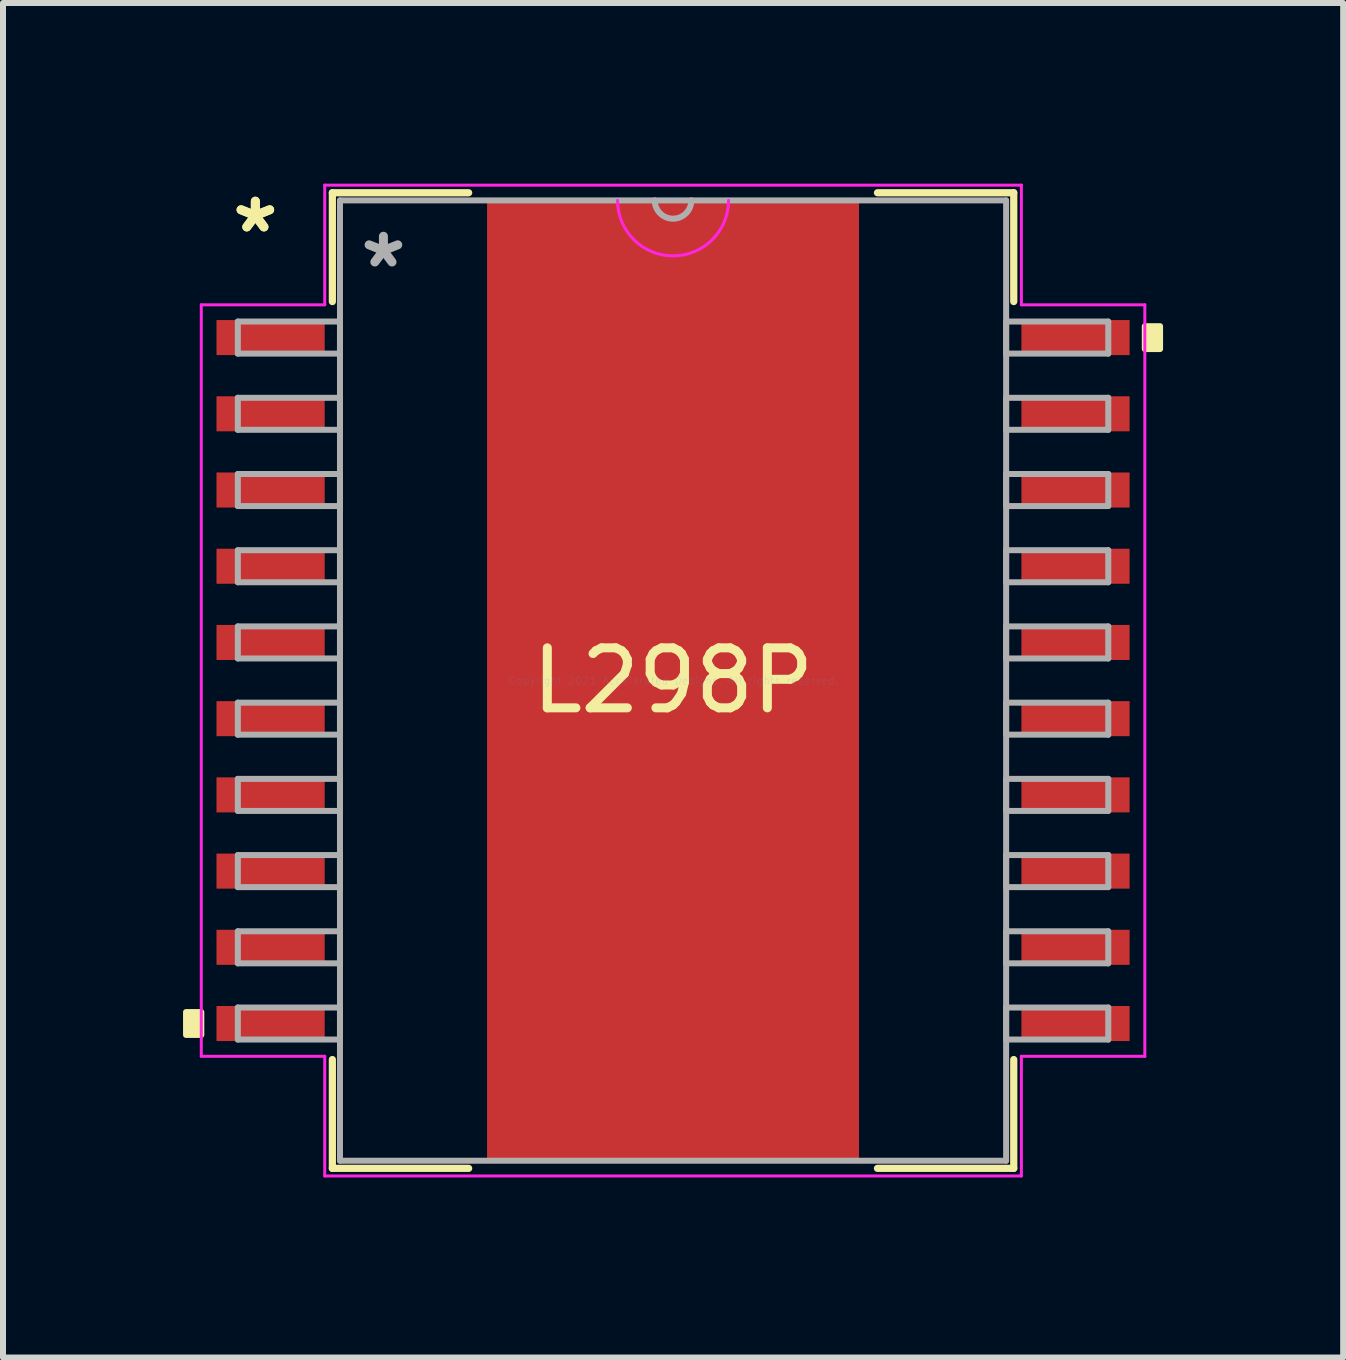
<source format=kicad_pcb>
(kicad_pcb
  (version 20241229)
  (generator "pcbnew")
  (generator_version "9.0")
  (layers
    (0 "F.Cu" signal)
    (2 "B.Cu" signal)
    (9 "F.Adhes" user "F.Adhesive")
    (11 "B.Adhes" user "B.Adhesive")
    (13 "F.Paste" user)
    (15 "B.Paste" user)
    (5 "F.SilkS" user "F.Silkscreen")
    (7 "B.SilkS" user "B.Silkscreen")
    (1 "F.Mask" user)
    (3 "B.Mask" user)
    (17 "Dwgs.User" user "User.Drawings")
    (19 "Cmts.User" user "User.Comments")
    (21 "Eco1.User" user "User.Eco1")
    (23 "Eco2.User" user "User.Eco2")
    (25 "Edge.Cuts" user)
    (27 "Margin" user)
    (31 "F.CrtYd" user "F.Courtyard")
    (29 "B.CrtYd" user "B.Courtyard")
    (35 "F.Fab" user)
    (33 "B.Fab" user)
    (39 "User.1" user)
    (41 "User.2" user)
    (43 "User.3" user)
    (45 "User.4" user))
  (footprint "L298P"
    (layer "F.Cu")
    (at 8.165 8.29)
    (property "Reference" "L298P" (at 0 0 0) (layer "F.SilkS") (effects (font (size 1 1) (thickness 0.15))))
    (attr through_hole)
    (fp_line (start -5.677 -8.128) (end -5.677 -6.315) (stroke (width 0.12) (type solid)) (layer "F.SilkS"))
    (fp_line (start -5.677 6.315) (end -5.677 8.128) (stroke (width 0.12) (type solid)) (layer "F.SilkS"))
    (fp_line (start -5.677 8.128) (end -3.406 8.128) (stroke (width 0.12) (type solid)) (layer "F.SilkS"))
    (fp_line (start -3.406 -8.128) (end -5.677 -8.128) (stroke (width 0.12) (type solid)) (layer "F.SilkS"))
    (fp_line (start 3.406 8.128) (end 5.677 8.128) (stroke (width 0.12) (type solid)) (layer "F.SilkS"))
    (fp_line (start 5.677 -8.128) (end 3.406 -8.128) (stroke (width 0.12) (type solid)) (layer "F.SilkS"))
    (fp_line (start 5.677 -6.315) (end 5.677 -8.128) (stroke (width 0.12) (type solid)) (layer "F.SilkS"))
    (fp_line (start 5.677 8.128) (end 5.677 6.315) (stroke (width 0.12) (type solid)) (layer "F.SilkS"))
    (fp_poly (pts (xy -8.115 5.524) (xy -8.115 5.905) (xy -7.861 5.905) (xy -7.861 5.524)) (stroke (width 0.1) (type solid)) (fill yes) (layer "F.SilkS"))
    (fp_poly (pts (xy 8.115 -5.905) (xy 8.115 -5.524) (xy 7.861 -5.524) (xy 7.861 -5.905)) (stroke (width 0.1) (type solid)) (fill yes) (layer "F.SilkS"))
    (fp_poly (pts (xy -2.999 -7.901) (xy -2.999 -6.768) (xy -1.649 -6.768) (xy -1.649 -7.901)) (stroke (width 0.1) (type solid)) (fill yes) (layer "F.Paste"))
    (fp_poly (pts (xy -2.999 -6.567) (xy -2.999 -5.434) (xy -1.649 -5.434) (xy -1.649 -6.567)) (stroke (width 0.1) (type solid)) (fill yes) (layer "F.Paste"))
    (fp_poly (pts (xy -2.999 -5.234) (xy -2.999 -4.101) (xy -1.649 -4.101) (xy -1.649 -5.234)) (stroke (width 0.1) (type solid)) (fill yes) (layer "F.Paste"))
    (fp_poly (pts (xy -2.999 -3.901) (xy -2.999 -2.767) (xy -1.649 -2.767) (xy -1.649 -3.901)) (stroke (width 0.1) (type solid)) (fill yes) (layer "F.Paste"))
    (fp_poly (pts (xy -2.999 -2.567) (xy -2.999 -1.433) (xy -1.649 -1.433) (xy -1.649 -2.567)) (stroke (width 0.1) (type solid)) (fill yes) (layer "F.Paste"))
    (fp_poly (pts (xy -2.999 -1.234) (xy -2.999 -0.1) (xy -1.649 -0.1) (xy -1.649 -1.234)) (stroke (width 0.1) (type solid)) (fill yes) (layer "F.Paste"))
    (fp_poly (pts (xy -2.999 0.1) (xy -2.999 1.234) (xy -1.649 1.234) (xy -1.649 0.1)) (stroke (width 0.1) (type solid)) (fill yes) (layer "F.Paste"))
    (fp_poly (pts (xy -2.999 1.433) (xy -2.999 2.567) (xy -1.649 2.567) (xy -1.649 1.433)) (stroke (width 0.1) (type solid)) (fill yes) (layer "F.Paste"))
    (fp_poly (pts (xy -2.999 2.767) (xy -2.999 3.901) (xy -1.649 3.901) (xy -1.649 2.767)) (stroke (width 0.1) (type solid)) (fill yes) (layer "F.Paste"))
    (fp_poly (pts (xy -2.999 4.101) (xy -2.999 5.234) (xy -1.649 5.234) (xy -1.649 4.101)) (stroke (width 0.1) (type solid)) (fill yes) (layer "F.Paste"))
    (fp_poly (pts (xy -2.999 5.434) (xy -2.999 6.567) (xy -1.649 6.567) (xy -1.649 5.434)) (stroke (width 0.1) (type solid)) (fill yes) (layer "F.Paste"))
    (fp_poly (pts (xy -2.999 6.768) (xy -2.999 7.901) (xy -1.649 7.901) (xy -1.649 6.768)) (stroke (width 0.1) (type solid)) (fill yes) (layer "F.Paste"))
    (fp_poly (pts (xy -1.449 -7.901) (xy -1.449 -6.768) (xy -0.1 -6.768) (xy -0.1 -7.901)) (stroke (width 0.1) (type solid)) (fill yes) (layer "F.Paste"))
    (fp_poly (pts (xy -1.449 -6.567) (xy -1.449 -5.434) (xy -0.1 -5.434) (xy -0.1 -6.567)) (stroke (width 0.1) (type solid)) (fill yes) (layer "F.Paste"))
    (fp_poly (pts (xy -1.449 -5.234) (xy -1.449 -4.101) (xy -0.1 -4.101) (xy -0.1 -5.234)) (stroke (width 0.1) (type solid)) (fill yes) (layer "F.Paste"))
    (fp_poly (pts (xy -1.449 -3.901) (xy -1.449 -2.767) (xy -0.1 -2.767) (xy -0.1 -3.901)) (stroke (width 0.1) (type solid)) (fill yes) (layer "F.Paste"))
    (fp_poly (pts (xy -1.449 -2.567) (xy -1.449 -1.433) (xy -0.1 -1.433) (xy -0.1 -2.567)) (stroke (width 0.1) (type solid)) (fill yes) (layer "F.Paste"))
    (fp_poly (pts (xy -1.449 -1.234) (xy -1.449 -0.1) (xy -0.1 -0.1) (xy -0.1 -1.234)) (stroke (width 0.1) (type solid)) (fill yes) (layer "F.Paste"))
    (fp_poly (pts (xy -1.449 0.1) (xy -1.449 1.234) (xy -0.1 1.234) (xy -0.1 0.1)) (stroke (width 0.1) (type solid)) (fill yes) (layer "F.Paste"))
    (fp_poly (pts (xy -1.449 1.433) (xy -1.449 2.567) (xy -0.1 2.567) (xy -0.1 1.433)) (stroke (width 0.1) (type solid)) (fill yes) (layer "F.Paste"))
    (fp_poly (pts (xy -1.449 2.767) (xy -1.449 3.901) (xy -0.1 3.901) (xy -0.1 2.767)) (stroke (width 0.1) (type solid)) (fill yes) (layer "F.Paste"))
    (fp_poly (pts (xy -1.449 4.101) (xy -1.449 5.234) (xy -0.1 5.234) (xy -0.1 4.101)) (stroke (width 0.1) (type solid)) (fill yes) (layer "F.Paste"))
    (fp_poly (pts (xy -1.449 5.434) (xy -1.449 6.567) (xy -0.1 6.567) (xy -0.1 5.434)) (stroke (width 0.1) (type solid)) (fill yes) (layer "F.Paste"))
    (fp_poly (pts (xy -1.449 6.768) (xy -1.449 7.901) (xy -0.1 7.901) (xy -0.1 6.768)) (stroke (width 0.1) (type solid)) (fill yes) (layer "F.Paste"))
    (fp_poly (pts (xy 0.1 -7.901) (xy 0.1 -6.768) (xy 1.449 -6.768) (xy 1.449 -7.901)) (stroke (width 0.1) (type solid)) (fill yes) (layer "F.Paste"))
    (fp_poly (pts (xy 0.1 -6.567) (xy 0.1 -5.434) (xy 1.449 -5.434) (xy 1.449 -6.567)) (stroke (width 0.1) (type solid)) (fill yes) (layer "F.Paste"))
    (fp_poly (pts (xy 0.1 -5.234) (xy 0.1 -4.101) (xy 1.449 -4.101) (xy 1.449 -5.234)) (stroke (width 0.1) (type solid)) (fill yes) (layer "F.Paste"))
    (fp_poly (pts (xy 0.1 -3.901) (xy 0.1 -2.767) (xy 1.449 -2.767) (xy 1.449 -3.901)) (stroke (width 0.1) (type solid)) (fill yes) (layer "F.Paste"))
    (fp_poly (pts (xy 0.1 -2.567) (xy 0.1 -1.433) (xy 1.449 -1.433) (xy 1.449 -2.567)) (stroke (width 0.1) (type solid)) (fill yes) (layer "F.Paste"))
    (fp_poly (pts (xy 0.1 -1.234) (xy 0.1 -0.1) (xy 1.449 -0.1) (xy 1.449 -1.234)) (stroke (width 0.1) (type solid)) (fill yes) (layer "F.Paste"))
    (fp_poly (pts (xy 0.1 0.1) (xy 0.1 1.234) (xy 1.449 1.234) (xy 1.449 0.1)) (stroke (width 0.1) (type solid)) (fill yes) (layer "F.Paste"))
    (fp_poly (pts (xy 0.1 1.433) (xy 0.1 2.567) (xy 1.449 2.567) (xy 1.449 1.433)) (stroke (width 0.1) (type solid)) (fill yes) (layer "F.Paste"))
    (fp_poly (pts (xy 0.1 2.767) (xy 0.1 3.901) (xy 1.449 3.901) (xy 1.449 2.767)) (stroke (width 0.1) (type solid)) (fill yes) (layer "F.Paste"))
    (fp_poly (pts (xy 0.1 4.101) (xy 0.1 5.234) (xy 1.449 5.234) (xy 1.449 4.101)) (stroke (width 0.1) (type solid)) (fill yes) (layer "F.Paste"))
    (fp_poly (pts (xy 0.1 5.434) (xy 0.1 6.567) (xy 1.449 6.567) (xy 1.449 5.434)) (stroke (width 0.1) (type solid)) (fill yes) (layer "F.Paste"))
    (fp_poly (pts (xy 0.1 6.768) (xy 0.1 7.901) (xy 1.449 7.901) (xy 1.449 6.768)) (stroke (width 0.1) (type solid)) (fill yes) (layer "F.Paste"))
    (fp_poly (pts (xy 1.649 -7.901) (xy 1.649 -6.768) (xy 2.999 -6.768) (xy 2.999 -7.901)) (stroke (width 0.1) (type solid)) (fill yes) (layer "F.Paste"))
    (fp_poly (pts (xy 1.649 -6.567) (xy 1.649 -5.434) (xy 2.999 -5.434) (xy 2.999 -6.567)) (stroke (width 0.1) (type solid)) (fill yes) (layer "F.Paste"))
    (fp_poly (pts (xy 1.649 -5.234) (xy 1.649 -4.101) (xy 2.999 -4.101) (xy 2.999 -5.234)) (stroke (width 0.1) (type solid)) (fill yes) (layer "F.Paste"))
    (fp_poly (pts (xy 1.649 -3.901) (xy 1.649 -2.767) (xy 2.999 -2.767) (xy 2.999 -3.901)) (stroke (width 0.1) (type solid)) (fill yes) (layer "F.Paste"))
    (fp_poly (pts (xy 1.649 -2.567) (xy 1.649 -1.433) (xy 2.999 -1.433) (xy 2.999 -2.567)) (stroke (width 0.1) (type solid)) (fill yes) (layer "F.Paste"))
    (fp_poly (pts (xy 1.649 -1.234) (xy 1.649 -0.1) (xy 2.999 -0.1) (xy 2.999 -1.234)) (stroke (width 0.1) (type solid)) (fill yes) (layer "F.Paste"))
    (fp_poly (pts (xy 1.649 0.1) (xy 1.649 1.234) (xy 2.999 1.234) (xy 2.999 0.1)) (stroke (width 0.1) (type solid)) (fill yes) (layer "F.Paste"))
    (fp_poly (pts (xy 1.649 1.433) (xy 1.649 2.567) (xy 2.999 2.567) (xy 2.999 1.433)) (stroke (width 0.1) (type solid)) (fill yes) (layer "F.Paste"))
    (fp_poly (pts (xy 1.649 2.767) (xy 1.649 3.901) (xy 2.999 3.901) (xy 2.999 2.767)) (stroke (width 0.1) (type solid)) (fill yes) (layer "F.Paste"))
    (fp_poly (pts (xy 1.649 4.101) (xy 1.649 5.234) (xy 2.999 5.234) (xy 2.999 4.101)) (stroke (width 0.1) (type solid)) (fill yes) (layer "F.Paste"))
    (fp_poly (pts (xy 1.649 5.434) (xy 1.649 6.567) (xy 2.999 6.567) (xy 2.999 5.434)) (stroke (width 0.1) (type solid)) (fill yes) (layer "F.Paste"))
    (fp_poly (pts (xy 1.649 6.768) (xy 1.649 7.901) (xy 2.999 7.901) (xy 2.999 6.768)) (stroke (width 0.1) (type solid)) (fill yes) (layer "F.Paste"))
    (fp_line (start -7.861 -6.261) (end -5.804 -6.261) (stroke (width 0.05) (type solid)) (layer "F.CrtYd"))
    (fp_line (start -7.861 6.261) (end -7.861 -6.261) (stroke (width 0.05) (type solid)) (layer "F.CrtYd"))
    (fp_line (start -5.804 -8.255) (end 5.804 -8.255) (stroke (width 0.05) (type solid)) (layer "F.CrtYd"))
    (fp_line (start -5.804 -6.261) (end -5.804 -8.255) (stroke (width 0.05) (type solid)) (layer "F.CrtYd"))
    (fp_line (start -5.804 6.261) (end -7.861 6.261) (stroke (width 0.05) (type solid)) (layer "F.CrtYd"))
    (fp_line (start -5.804 8.255) (end -5.804 6.261) (stroke (width 0.05) (type solid)) (layer "F.CrtYd"))
    (fp_line (start 5.804 -8.255) (end 5.804 -6.261) (stroke (width 0.05) (type solid)) (layer "F.CrtYd"))
    (fp_line (start 5.804 -6.261) (end 7.861 -6.261) (stroke (width 0.05) (type solid)) (layer "F.CrtYd"))
    (fp_line (start 5.804 6.261) (end 5.804 8.255) (stroke (width 0.05) (type solid)) (layer "F.CrtYd"))
    (fp_line (start 5.804 8.255) (end -5.804 8.255) (stroke (width 0.05) (type solid)) (layer "F.CrtYd"))
    (fp_line (start 7.861 -6.261) (end 7.861 6.261) (stroke (width 0.05) (type solid)) (layer "F.CrtYd"))
    (fp_line (start 7.861 6.261) (end 5.804 6.261) (stroke (width 0.05) (type solid)) (layer "F.CrtYd"))
    (fp_arc (start 0.924983 -8.001) (mid 0 -7.076017) (end -0.924983 -8.001) (stroke (width 0.05) (type solid)) (layer "F.CrtYd"))
    (fp_line (start -7.252 -5.982) (end -7.252 -5.448) (stroke (width 0.1) (type solid)) (layer "F.Fab"))
    (fp_line (start -7.252 -5.448) (end -5.55 -5.448) (stroke (width 0.1) (type solid)) (layer "F.Fab"))
    (fp_line (start -7.252 -4.712) (end -7.252 -4.178) (stroke (width 0.1) (type solid)) (layer "F.Fab"))
    (fp_line (start -7.252 -4.178) (end -5.55 -4.178) (stroke (width 0.1) (type solid)) (layer "F.Fab"))
    (fp_line (start -7.252 -3.442) (end -7.252 -2.908) (stroke (width 0.1) (type solid)) (layer "F.Fab"))
    (fp_line (start -7.252 -2.908) (end -5.55 -2.908) (stroke (width 0.1) (type solid)) (layer "F.Fab"))
    (fp_line (start -7.252 -2.172) (end -7.252 -1.638) (stroke (width 0.1) (type solid)) (layer "F.Fab"))
    (fp_line (start -7.252 -1.638) (end -5.55 -1.638) (stroke (width 0.1) (type solid)) (layer "F.Fab"))
    (fp_line (start -7.252 -0.902) (end -7.252 -0.368) (stroke (width 0.1) (type solid)) (layer "F.Fab"))
    (fp_line (start -7.252 -0.368) (end -5.55 -0.368) (stroke (width 0.1) (type solid)) (layer "F.Fab"))
    (fp_line (start -7.252 0.368) (end -7.252 0.902) (stroke (width 0.1) (type solid)) (layer "F.Fab"))
    (fp_line (start -7.252 0.902) (end -5.55 0.902) (stroke (width 0.1) (type solid)) (layer "F.Fab"))
    (fp_line (start -7.252 1.638) (end -7.252 2.172) (stroke (width 0.1) (type solid)) (layer "F.Fab"))
    (fp_line (start -7.252 2.172) (end -5.55 2.172) (stroke (width 0.1) (type solid)) (layer "F.Fab"))
    (fp_line (start -7.252 2.908) (end -7.252 3.442) (stroke (width 0.1) (type solid)) (layer "F.Fab"))
    (fp_line (start -7.252 3.442) (end -5.55 3.442) (stroke (width 0.1) (type solid)) (layer "F.Fab"))
    (fp_line (start -7.252 4.178) (end -7.252 4.712) (stroke (width 0.1) (type solid)) (layer "F.Fab"))
    (fp_line (start -7.252 4.712) (end -5.55 4.712) (stroke (width 0.1) (type solid)) (layer "F.Fab"))
    (fp_line (start -7.252 5.448) (end -7.252 5.982) (stroke (width 0.1) (type solid)) (layer "F.Fab"))
    (fp_line (start -7.252 5.982) (end -5.55 5.982) (stroke (width 0.1) (type solid)) (layer "F.Fab"))
    (fp_line (start -5.55 -8.001) (end -5.55 8.001) (stroke (width 0.1) (type solid)) (layer "F.Fab"))
    (fp_line (start -5.55 -5.982) (end -7.252 -5.982) (stroke (width 0.1) (type solid)) (layer "F.Fab"))
    (fp_line (start -5.55 -5.448) (end -5.55 -5.982) (stroke (width 0.1) (type solid)) (layer "F.Fab"))
    (fp_line (start -5.55 -4.712) (end -7.252 -4.712) (stroke (width 0.1) (type solid)) (layer "F.Fab"))
    (fp_line (start -5.55 -4.178) (end -5.55 -4.712) (stroke (width 0.1) (type solid)) (layer "F.Fab"))
    (fp_line (start -5.55 -3.442) (end -7.252 -3.442) (stroke (width 0.1) (type solid)) (layer "F.Fab"))
    (fp_line (start -5.55 -2.908) (end -5.55 -3.442) (stroke (width 0.1) (type solid)) (layer "F.Fab"))
    (fp_line (start -5.55 -2.172) (end -7.252 -2.172) (stroke (width 0.1) (type solid)) (layer "F.Fab"))
    (fp_line (start -5.55 -1.638) (end -5.55 -2.172) (stroke (width 0.1) (type solid)) (layer "F.Fab"))
    (fp_line (start -5.55 -0.902) (end -7.252 -0.902) (stroke (width 0.1) (type solid)) (layer "F.Fab"))
    (fp_line (start -5.55 -0.368) (end -5.55 -0.902) (stroke (width 0.1) (type solid)) (layer "F.Fab"))
    (fp_line (start -5.55 0.368) (end -7.252 0.368) (stroke (width 0.1) (type solid)) (layer "F.Fab"))
    (fp_line (start -5.55 0.902) (end -5.55 0.368) (stroke (width 0.1) (type solid)) (layer "F.Fab"))
    (fp_line (start -5.55 1.638) (end -7.252 1.638) (stroke (width 0.1) (type solid)) (layer "F.Fab"))
    (fp_line (start -5.55 2.172) (end -5.55 1.638) (stroke (width 0.1) (type solid)) (layer "F.Fab"))
    (fp_line (start -5.55 2.908) (end -7.252 2.908) (stroke (width 0.1) (type solid)) (layer "F.Fab"))
    (fp_line (start -5.55 3.442) (end -5.55 2.908) (stroke (width 0.1) (type solid)) (layer "F.Fab"))
    (fp_line (start -5.55 4.178) (end -7.252 4.178) (stroke (width 0.1) (type solid)) (layer "F.Fab"))
    (fp_line (start -5.55 4.712) (end -5.55 4.178) (stroke (width 0.1) (type solid)) (layer "F.Fab"))
    (fp_line (start -5.55 5.448) (end -7.252 5.448) (stroke (width 0.1) (type solid)) (layer "F.Fab"))
    (fp_line (start -5.55 5.982) (end -5.55 5.448) (stroke (width 0.1) (type solid)) (layer "F.Fab"))
    (fp_line (start -5.55 8.001) (end 5.55 8.001) (stroke (width 0.1) (type solid)) (layer "F.Fab"))
    (fp_line (start 5.55 -8.001) (end -5.55 -8.001) (stroke (width 0.1) (type solid)) (layer "F.Fab"))
    (fp_line (start 5.55 -5.982) (end 5.55 -5.448) (stroke (width 0.1) (type solid)) (layer "F.Fab"))
    (fp_line (start 5.55 -5.448) (end 7.252 -5.448) (stroke (width 0.1) (type solid)) (layer "F.Fab"))
    (fp_line (start 5.55 -4.712) (end 5.55 -4.178) (stroke (width 0.1) (type solid)) (layer "F.Fab"))
    (fp_line (start 5.55 -4.178) (end 7.252 -4.178) (stroke (width 0.1) (type solid)) (layer "F.Fab"))
    (fp_line (start 5.55 -3.442) (end 5.55 -2.908) (stroke (width 0.1) (type solid)) (layer "F.Fab"))
    (fp_line (start 5.55 -2.908) (end 7.252 -2.908) (stroke (width 0.1) (type solid)) (layer "F.Fab"))
    (fp_line (start 5.55 -2.172) (end 5.55 -1.638) (stroke (width 0.1) (type solid)) (layer "F.Fab"))
    (fp_line (start 5.55 -1.638) (end 7.252 -1.638) (stroke (width 0.1) (type solid)) (layer "F.Fab"))
    (fp_line (start 5.55 -0.902) (end 5.55 -0.368) (stroke (width 0.1) (type solid)) (layer "F.Fab"))
    (fp_line (start 5.55 -0.368) (end 7.252 -0.368) (stroke (width 0.1) (type solid)) (layer "F.Fab"))
    (fp_line (start 5.55 0.368) (end 5.55 0.902) (stroke (width 0.1) (type solid)) (layer "F.Fab"))
    (fp_line (start 5.55 0.902) (end 7.252 0.902) (stroke (width 0.1) (type solid)) (layer "F.Fab"))
    (fp_line (start 5.55 1.638) (end 5.55 2.172) (stroke (width 0.1) (type solid)) (layer "F.Fab"))
    (fp_line (start 5.55 2.172) (end 7.252 2.172) (stroke (width 0.1) (type solid)) (layer "F.Fab"))
    (fp_line (start 5.55 2.908) (end 5.55 3.442) (stroke (width 0.1) (type solid)) (layer "F.Fab"))
    (fp_line (start 5.55 3.442) (end 7.252 3.442) (stroke (width 0.1) (type solid)) (layer "F.Fab"))
    (fp_line (start 5.55 4.178) (end 5.55 4.712) (stroke (width 0.1) (type solid)) (layer "F.Fab"))
    (fp_line (start 5.55 4.712) (end 7.252 4.712) (stroke (width 0.1) (type solid)) (layer "F.Fab"))
    (fp_line (start 5.55 5.448) (end 5.55 5.982) (stroke (width 0.1) (type solid)) (layer "F.Fab"))
    (fp_line (start 5.55 5.982) (end 7.252 5.982) (stroke (width 0.1) (type solid)) (layer "F.Fab"))
    (fp_line (start 5.55 8.001) (end 5.55 -8.001) (stroke (width 0.1) (type solid)) (layer "F.Fab"))
    (fp_line (start 7.252 -5.982) (end 5.55 -5.982) (stroke (width 0.1) (type solid)) (layer "F.Fab"))
    (fp_line (start 7.252 -5.448) (end 7.252 -5.982) (stroke (width 0.1) (type solid)) (layer "F.Fab"))
    (fp_line (start 7.252 -4.712) (end 5.55 -4.712) (stroke (width 0.1) (type solid)) (layer "F.Fab"))
    (fp_line (start 7.252 -4.178) (end 7.252 -4.712) (stroke (width 0.1) (type solid)) (layer "F.Fab"))
    (fp_line (start 7.252 -3.442) (end 5.55 -3.442) (stroke (width 0.1) (type solid)) (layer "F.Fab"))
    (fp_line (start 7.252 -2.908) (end 7.252 -3.442) (stroke (width 0.1) (type solid)) (layer "F.Fab"))
    (fp_line (start 7.252 -2.172) (end 5.55 -2.172) (stroke (width 0.1) (type solid)) (layer "F.Fab"))
    (fp_line (start 7.252 -1.638) (end 7.252 -2.172) (stroke (width 0.1) (type solid)) (layer "F.Fab"))
    (fp_line (start 7.252 -0.902) (end 5.55 -0.902) (stroke (width 0.1) (type solid)) (layer "F.Fab"))
    (fp_line (start 7.252 -0.368) (end 7.252 -0.902) (stroke (width 0.1) (type solid)) (layer "F.Fab"))
    (fp_line (start 7.252 0.368) (end 5.55 0.368) (stroke (width 0.1) (type solid)) (layer "F.Fab"))
    (fp_line (start 7.252 0.902) (end 7.252 0.368) (stroke (width 0.1) (type solid)) (layer "F.Fab"))
    (fp_line (start 7.252 1.638) (end 5.55 1.638) (stroke (width 0.1) (type solid)) (layer "F.Fab"))
    (fp_line (start 7.252 2.172) (end 7.252 1.638) (stroke (width 0.1) (type solid)) (layer "F.Fab"))
    (fp_line (start 7.252 2.908) (end 5.55 2.908) (stroke (width 0.1) (type solid)) (layer "F.Fab"))
    (fp_line (start 7.252 3.442) (end 7.252 2.908) (stroke (width 0.1) (type solid)) (layer "F.Fab"))
    (fp_line (start 7.252 4.178) (end 5.55 4.178) (stroke (width 0.1) (type solid)) (layer "F.Fab"))
    (fp_line (start 7.252 4.712) (end 7.252 4.178) (stroke (width 0.1) (type solid)) (layer "F.Fab"))
    (fp_line (start 7.252 5.448) (end 5.55 5.448) (stroke (width 0.1) (type solid)) (layer "F.Fab"))
    (fp_line (start 7.252 5.982) (end 7.252 5.448) (stroke (width 0.1) (type solid)) (layer "F.Fab"))
    (fp_arc (start 0.3048 -8.001) (mid 0 -7.6962) (end -0.3048 -8.001) (stroke (width 0.1) (type solid)) (layer "F.Fab"))
    (fp_text user "*" (at -6.96 -7.442 0) (layer "F.SilkS") (effects (font (size 1 1) (thickness 0.15))))
    (fp_text user "*" (at -6.96 -7.442 0) (layer "F.SilkS") (effects (font (size 1 1) (thickness 0.15))))
    (fp_text user "Copyright 2021 Accelerated Designs. All rights reserved." (at 0 0 0) (layer "Cmts.User") (effects (font (size 0.127 0.127) (thickness 0.002))))
    (fp_text user "*" (at -4.826 -6.858 0) (layer "F.Fab") (effects (font (size 1 1) (thickness 0.15))))
    (pad "1" smd rect (at -6.706 -5.715) (size 1.803 0.584) (layers "F.Cu" "F.Mask" "F.Paste"))
    (pad "2" smd rect (at -6.706 -4.445) (size 1.803 0.584) (layers "F.Cu" "F.Mask" "F.Paste"))
    (pad "3" smd rect (at -6.706 -3.175) (size 1.803 0.584) (layers "F.Cu" "F.Mask" "F.Paste"))
    (pad "4" smd rect (at -6.706 -1.905) (size 1.803 0.584) (layers "F.Cu" "F.Mask" "F.Paste"))
    (pad "5" smd rect (at -6.706 -0.635) (size 1.803 0.584) (layers "F.Cu" "F.Mask" "F.Paste"))
    (pad "6" smd rect (at -6.706 0.635) (size 1.803 0.584) (layers "F.Cu" "F.Mask" "F.Paste"))
    (pad "7" smd rect (at -6.706 1.905) (size 1.803 0.584) (layers "F.Cu" "F.Mask" "F.Paste"))
    (pad "8" smd rect (at -6.706 3.175) (size 1.803 0.584) (layers "F.Cu" "F.Mask" "F.Paste"))
    (pad "9" smd rect (at -6.706 4.445) (size 1.803 0.584) (layers "F.Cu" "F.Mask" "F.Paste"))
    (pad "10" smd rect (at -6.706 5.715) (size 1.803 0.584) (layers "F.Cu" "F.Mask" "F.Paste"))
    (pad "11" smd rect (at 6.706 5.715) (size 1.803 0.584) (layers "F.Cu" "F.Mask" "F.Paste"))
    (pad "12" smd rect (at 6.706 4.445) (size 1.803 0.584) (layers "F.Cu" "F.Mask" "F.Paste"))
    (pad "13" smd rect (at 6.706 3.175) (size 1.803 0.584) (layers "F.Cu" "F.Mask" "F.Paste"))
    (pad "14" smd rect (at 6.706 1.905) (size 1.803 0.584) (layers "F.Cu" "F.Mask" "F.Paste"))
    (pad "15" smd rect (at 6.706 0.635) (size 1.803 0.584) (layers "F.Cu" "F.Mask" "F.Paste"))
    (pad "16" smd rect (at 6.706 -0.635) (size 1.803 0.584) (layers "F.Cu" "F.Mask" "F.Paste"))
    (pad "17" smd rect (at 6.706 -1.905) (size 1.803 0.584) (layers "F.Cu" "F.Mask" "F.Paste"))
    (pad "18" smd rect (at 6.706 -3.175) (size 1.803 0.584) (layers "F.Cu" "F.Mask" "F.Paste"))
    (pad "19" smd rect (at 6.706 -4.445) (size 1.803 0.584) (layers "F.Cu" "F.Mask" "F.Paste"))
    (pad "20" smd rect (at 6.706 -5.715) (size 1.803 0.584) (layers "F.Cu" "F.Mask" "F.Paste"))
    (pad "EPAD" smd rect (at 0 0) (size 6.198 16.002) (layers "F.Cu" "F.Mask")))
  (gr_rect
    (start -3 -3)
    (end 19.331 19.57)
    (stroke (width 0.1) (type default))
    (fill no)
    (layer "Edge.Cuts")))
</source>
